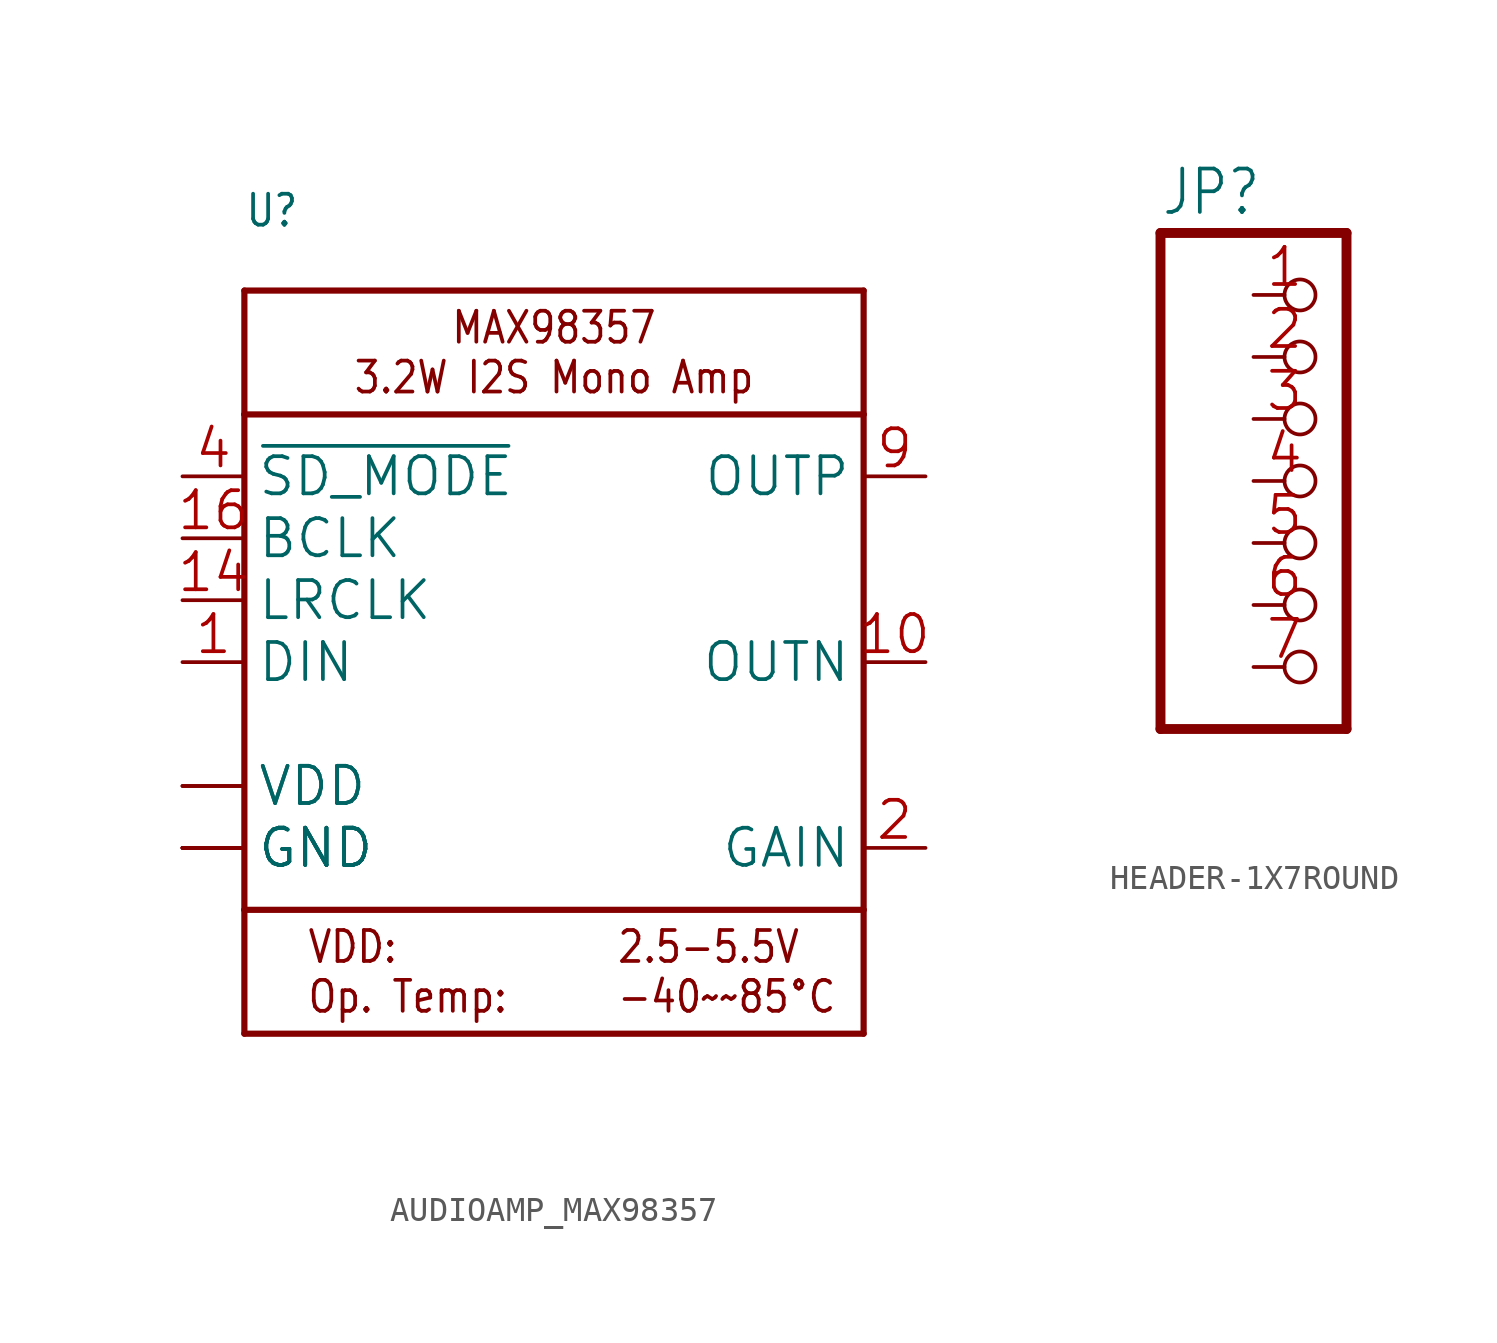
<source format=kicad_sym>
(kicad_symbol_lib
  (version 20241209)
  (generator "kicad_symbol_editor")
  (generator_version "9.0")
  (symbol "AUDIOAMP_MAX98357"
    (property "Reference" "U"
      (at -12.7 17.78 0)
      (effects (font (size 1.27 1.079)) (justify left bottom)))
    (property "Value" ""
      (at -12.7 -17.78 0)
      (effects (font (size 1.27 1.079)) (justify left bottom)))
    (property "ki_locked" ""
      (at 0 0 0)
      (effects (font (size 1.27 1.27))))
    (symbol "AUDIOAMP_MAX98357_1_0"
      (polyline (pts (xy -12.7 15.24) (xy 12.7 15.24)) (stroke (width 0.254) (type solid)) (fill (type none)))
      (polyline (pts (xy -12.7 10.16) (xy -12.7 15.24)) (stroke (width 0.254) (type solid)) (fill (type none)))
      (polyline (pts (xy -12.7 10.16) (xy 12.7 10.16)) (stroke (width 0.254) (type solid)) (fill (type none)))
      (polyline (pts (xy -12.7 -10.16) (xy -12.7 10.16)) (stroke (width 0.254) (type solid)) (fill (type none)))
      (polyline (pts (xy -12.7 -10.16) (xy -12.7 -15.24)) (stroke (width 0.254) (type solid)) (fill (type none)))
      (polyline (pts (xy -12.7 -15.24) (xy 12.7 -15.24)) (stroke (width 0.254) (type solid)) (fill (type none)))
      (polyline (pts (xy 12.7 15.24) (xy 12.7 10.16)) (stroke (width 0.254) (type solid)) (fill (type none)))
      (polyline (pts (xy 12.7 10.16) (xy 12.7 -10.16)) (stroke (width 0.254) (type solid)) (fill (type none)))
      (polyline (pts (xy 12.7 -10.16) (xy -12.7 -10.16)) (stroke (width 0.254) (type solid)) (fill (type none)))
      (polyline (pts (xy 12.7 -15.24) (xy 12.7 -10.16)) (stroke (width 0.254) (type solid)) (fill (type none)))
      (text "VDD:\nOp. Temp:" (at -10.16 -12.7 0) (effects (font (size 1.27 1.079)) (justify left)))
      (text "MAX98357\n3.2W I2S Mono Amp" (at 0 12.7 0) (effects (font (size 1.27 1.079))))
      (text "2.5-5.5V\n-40~~85°C" (at 2.54 -12.7 0) (effects (font (size 1.27 1.079)) (justify left)))
      (pin bidirectional line (at -15.24 7.62 0) (length 2.54) (name "~{SD_MODE}" (effects (font (size 1.524 1.524)))) (number "4" (effects (font (size 1.524 1.524)))))
      (pin bidirectional line (at -15.24 5.08 0) (length 2.54) (name "BCLK" (effects (font (size 1.524 1.524)))) (number "16" (effects (font (size 1.524 1.524)))))
      (pin bidirectional line (at -15.24 2.54 0) (length 2.54) (name "LRCLK" (effects (font (size 1.524 1.524)))) (number "14" (effects (font (size 1.524 1.524)))))
      (pin bidirectional line (at -15.24 0 0) (length 2.54) (name "DIN" (effects (font (size 1.524 1.524)))) (number "1" (effects (font (size 1.524 1.524)))))
      (pin power_in line (at -15.24 -5.08 0) (length 2.54) (name "VDD" (effects (font (size 1.524 1.524)))) (number "7" (effects (font (size 0 0)))))
      (pin power_in line (at -15.24 -5.08 0) (length 2.54) (name "VDD" (effects (font (size 1.524 1.524)))) (number "8" (effects (font (size 0 0)))))
      (pin power_in line (at -15.24 -7.62 0) (length 2.54) (name "GND" (effects (font (size 1.524 1.524)))) (number "11" (effects (font (size 0 0)))))
      (pin power_in line (at -15.24 -7.62 0) (length 2.54) (name "GND" (effects (font (size 1.524 1.524)))) (number "15" (effects (font (size 0 0)))))
      (pin power_in line (at -15.24 -7.62 0) (length 2.54) (name "GND" (effects (font (size 1.524 1.524)))) (number "3" (effects (font (size 0 0)))))
      (pin power_in line (at -15.24 -7.62 0) (length 2.54) (name "GND" (effects (font (size 1.524 1.524)))) (number "THERMAL" (effects (font (size 0 0)))))
      (pin output line (at 15.24 7.62 180) (length 2.54) (name "OUTP" (effects (font (size 1.524 1.524)))) (number "9" (effects (font (size 1.524 1.524)))))
      (pin output line (at 15.24 0 180) (length 2.54) (name "OUTN" (effects (font (size 1.524 1.524)))) (number "10" (effects (font (size 1.524 1.524)))))
      (pin bidirectional line (at 15.24 -7.62 180) (length 2.54) (name "GAIN" (effects (font (size 1.524 1.524)))) (number "2" (effects (font (size 1.524 1.524)))))))
  (symbol "HEADER-1X7ROUND"
    (property "Reference" "JP"
      (at -6.35 10.795 0)
      (effects (font (size 1.778 1.511)) (justify left bottom)))
    (property "Value" ""
      (at -6.35 -12.7 0)
      (effects (font (size 1.778 1.511)) (justify left bottom)))
    (property "ki_locked" ""
      (at 0 0 0)
      (effects (font (size 1.27 1.27))))
    (symbol "HEADER-1X7ROUND_1_0"
      (polyline (pts (xy -6.35 10.16) (xy -6.35 -10.16)) (stroke (width 0.406) (type solid)) (fill (type none)))
      (polyline (pts (xy -6.35 -10.16) (xy 1.27 -10.16)) (stroke (width 0.406) (type solid)) (fill (type none)))
      (polyline (pts (xy 1.27 10.16) (xy -6.35 10.16)) (stroke (width 0.406) (type solid)) (fill (type none)))
      (polyline (pts (xy 1.27 -10.16) (xy 1.27 10.16)) (stroke (width 0.406) (type solid)) (fill (type none)))
      (pin passive inverted (at -2.54 7.62 0) (length 2.54) (name "1" (effects (font (size 0 0)))) (number "1" (effects (font (size 1.524 1.524)))))
      (pin passive inverted (at -2.54 5.08 0) (length 2.54) (name "2" (effects (font (size 0 0)))) (number "2" (effects (font (size 1.524 1.524)))))
      (pin passive inverted (at -2.54 2.54 0) (length 2.54) (name "3" (effects (font (size 0 0)))) (number "3" (effects (font (size 1.524 1.524)))))
      (pin passive inverted (at -2.54 0 0) (length 2.54) (name "4" (effects (font (size 0 0)))) (number "4" (effects (font (size 1.524 1.524)))))
      (pin passive inverted (at -2.54 -2.54 0) (length 2.54) (name "5" (effects (font (size 0 0)))) (number "5" (effects (font (size 1.524 1.524)))))
      (pin passive inverted (at -2.54 -5.08 0) (length 2.54) (name "6" (effects (font (size 0 0)))) (number "6" (effects (font (size 1.524 1.524)))))
      (pin passive inverted (at -2.54 -7.62 0) (length 2.54) (name "7" (effects (font (size 0 0)))) (number "7" (effects (font (size 1.524 1.524))))))))
</source>
